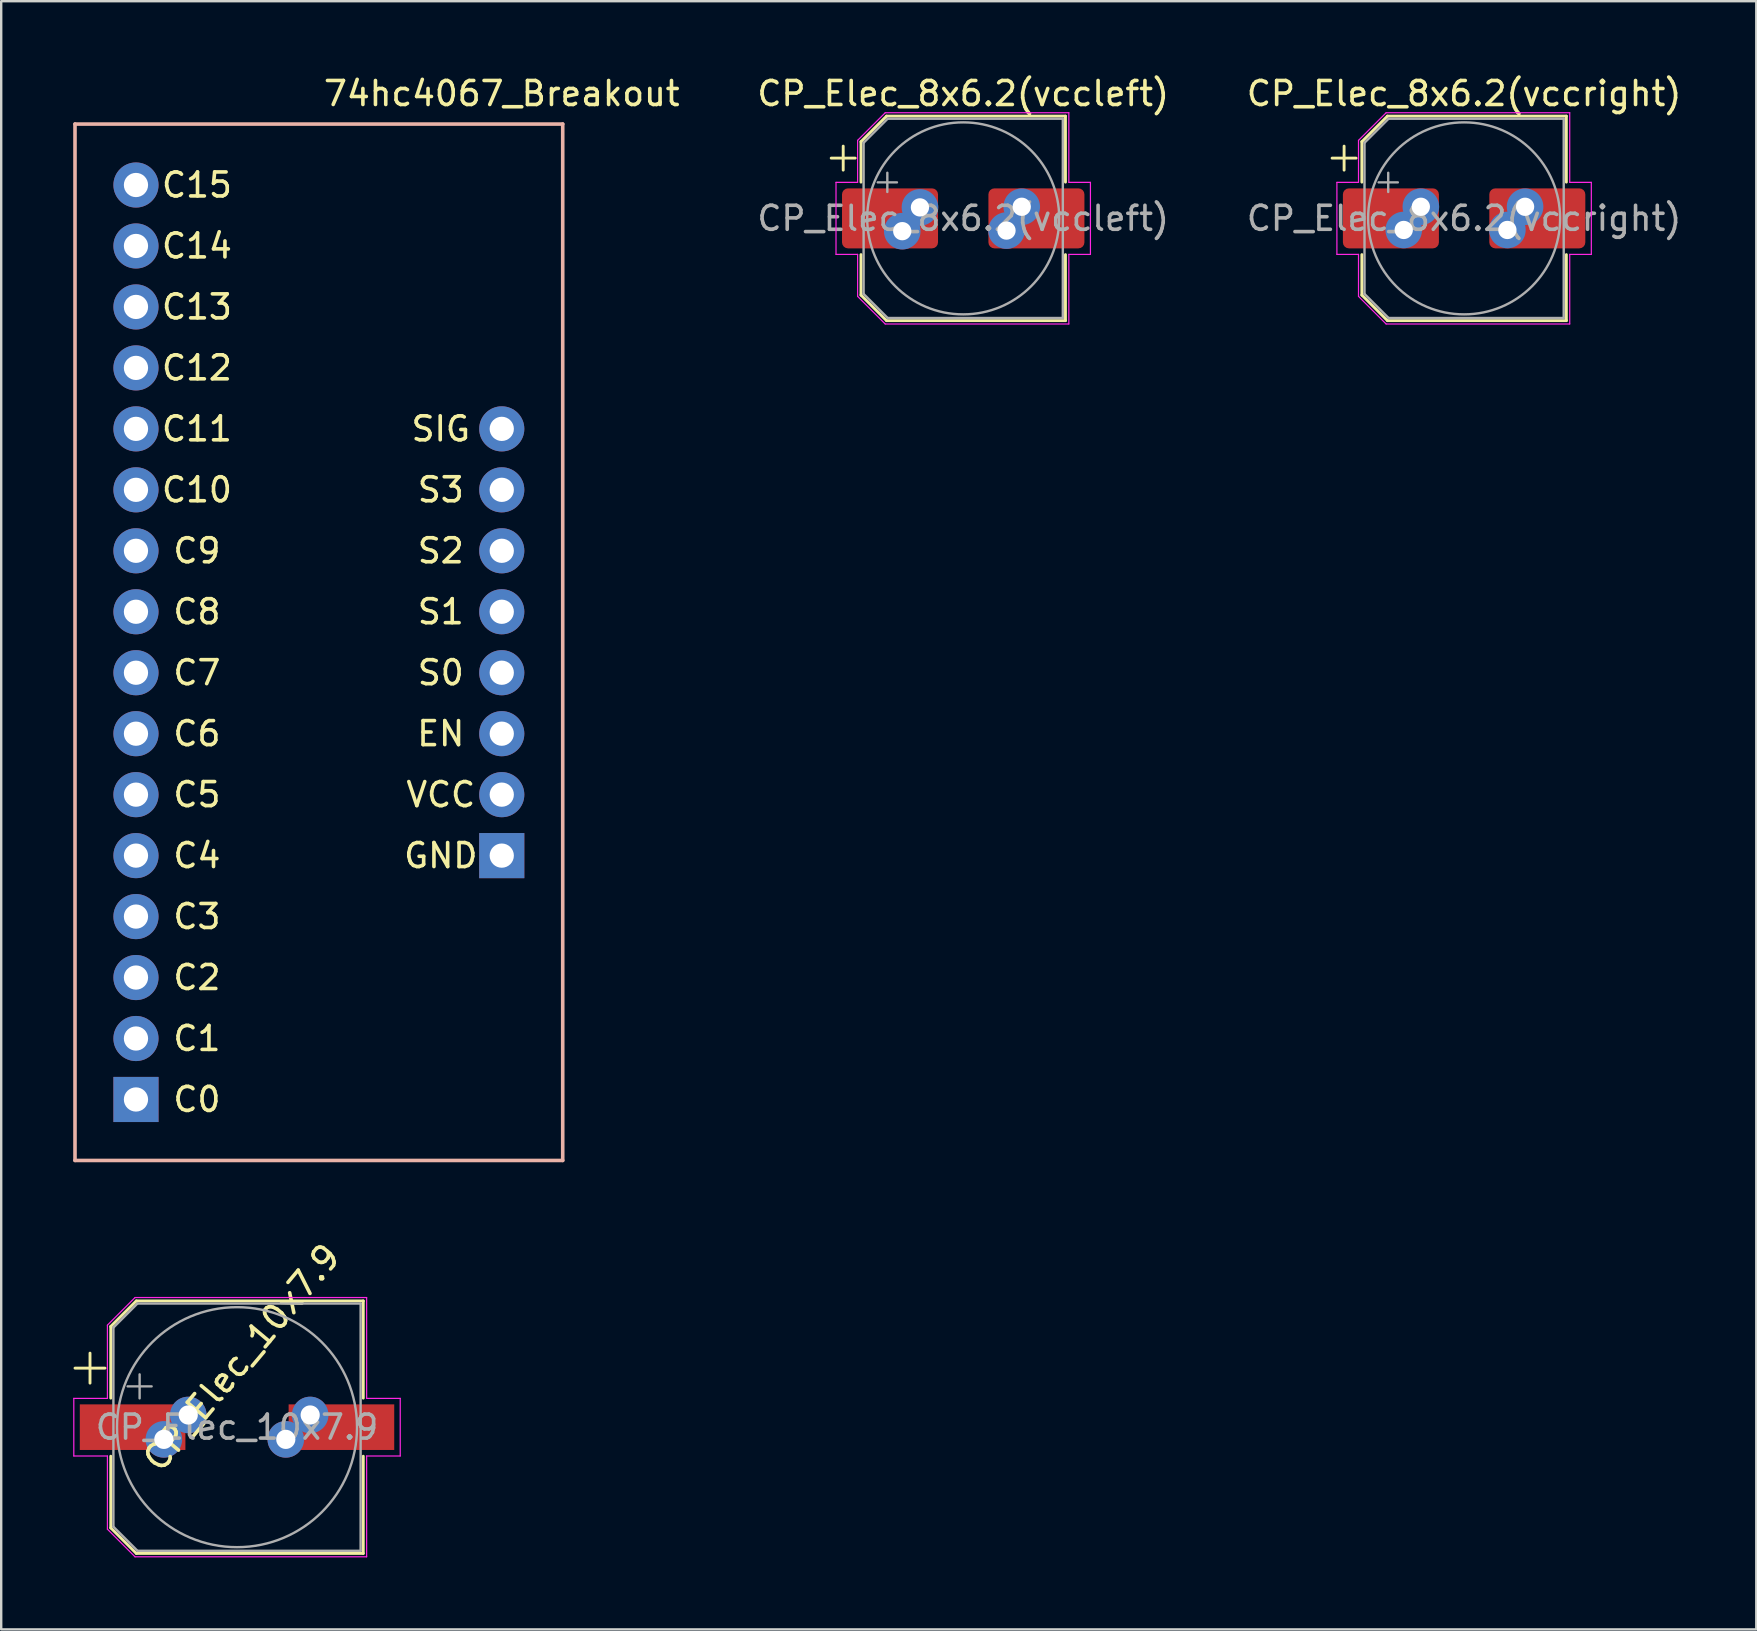
<source format=kicad_pcb>
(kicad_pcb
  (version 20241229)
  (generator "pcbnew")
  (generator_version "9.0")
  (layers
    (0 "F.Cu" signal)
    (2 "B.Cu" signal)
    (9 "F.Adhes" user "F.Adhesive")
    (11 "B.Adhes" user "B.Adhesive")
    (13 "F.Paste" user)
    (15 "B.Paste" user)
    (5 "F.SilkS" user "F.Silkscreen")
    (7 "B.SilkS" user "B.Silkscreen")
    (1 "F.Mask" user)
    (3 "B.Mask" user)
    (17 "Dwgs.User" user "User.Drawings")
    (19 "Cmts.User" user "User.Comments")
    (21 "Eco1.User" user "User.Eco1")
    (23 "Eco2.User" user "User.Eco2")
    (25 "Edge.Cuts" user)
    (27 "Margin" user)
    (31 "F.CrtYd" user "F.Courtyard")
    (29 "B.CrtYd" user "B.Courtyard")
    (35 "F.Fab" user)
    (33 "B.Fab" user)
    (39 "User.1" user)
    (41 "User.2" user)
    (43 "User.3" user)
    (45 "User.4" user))
  (footprint "CP_Elec_8x6.2(vccleft)"
    (layer "F.Cu")
    (at 37.081 6.048)
    (property "Reference" "CP_Elec_8x6.2(vccleft)" (at 0 -5.2 0) (layer "F.SilkS") (effects (font (size 1 1) (thickness 0.15))))
    (attr smd)
    (fp_line (start -5.5 -2.51) (end -4.5 -2.51) (stroke (width 0.12) (type solid)) (layer "F.SilkS"))
    (fp_line (start -5 -3.01) (end -5 -2.01) (stroke (width 0.12) (type solid)) (layer "F.SilkS"))
    (fp_line (start -4.26 -3.196) (end -4.26 -1.51) (stroke (width 0.12) (type solid)) (layer "F.SilkS"))
    (fp_line (start -4.26 -3.196) (end -3.196 -4.26) (stroke (width 0.12) (type solid)) (layer "F.SilkS"))
    (fp_line (start -4.26 3.196) (end -4.26 1.51) (stroke (width 0.12) (type solid)) (layer "F.SilkS"))
    (fp_line (start -4.26 3.196) (end -3.196 4.26) (stroke (width 0.12) (type solid)) (layer "F.SilkS"))
    (fp_line (start -3.196 -4.26) (end 4.26 -4.26) (stroke (width 0.12) (type solid)) (layer "F.SilkS"))
    (fp_line (start -3.196 4.26) (end 4.26 4.26) (stroke (width 0.12) (type solid)) (layer "F.SilkS"))
    (fp_line (start 4.26 -4.26) (end 4.26 -1.51) (stroke (width 0.12) (type solid)) (layer "F.SilkS"))
    (fp_line (start 4.26 4.26) (end 4.26 1.51) (stroke (width 0.12) (type solid)) (layer "F.SilkS"))
    (fp_line (start -5.3 -1.5) (end -5.3 1.5) (stroke (width 0.05) (type solid)) (layer "F.CrtYd"))
    (fp_line (start -5.3 1.5) (end -4.4 1.5) (stroke (width 0.05) (type solid)) (layer "F.CrtYd"))
    (fp_line (start -4.4 -3.25) (end -4.4 -1.5) (stroke (width 0.05) (type solid)) (layer "F.CrtYd"))
    (fp_line (start -4.4 -3.25) (end -3.25 -4.4) (stroke (width 0.05) (type solid)) (layer "F.CrtYd"))
    (fp_line (start -4.4 -1.5) (end -5.3 -1.5) (stroke (width 0.05) (type solid)) (layer "F.CrtYd"))
    (fp_line (start -4.4 1.5) (end -4.4 3.25) (stroke (width 0.05) (type solid)) (layer "F.CrtYd"))
    (fp_line (start -4.4 3.25) (end -3.25 4.4) (stroke (width 0.05) (type solid)) (layer "F.CrtYd"))
    (fp_line (start -3.25 -4.4) (end 4.4 -4.4) (stroke (width 0.05) (type solid)) (layer "F.CrtYd"))
    (fp_line (start -3.25 4.4) (end 4.4 4.4) (stroke (width 0.05) (type solid)) (layer "F.CrtYd"))
    (fp_line (start 4.4 -4.4) (end 4.4 -1.5) (stroke (width 0.05) (type solid)) (layer "F.CrtYd"))
    (fp_line (start 4.4 -1.5) (end 5.3 -1.5) (stroke (width 0.05) (type solid)) (layer "F.CrtYd"))
    (fp_line (start 4.4 1.5) (end 4.4 4.4) (stroke (width 0.05) (type solid)) (layer "F.CrtYd"))
    (fp_line (start 5.3 -1.5) (end 5.3 1.5) (stroke (width 0.05) (type solid)) (layer "F.CrtYd"))
    (fp_line (start 5.3 1.5) (end 4.4 1.5) (stroke (width 0.05) (type solid)) (layer "F.CrtYd"))
    (fp_line (start -4.15 -3.15) (end -4.15 3.15) (stroke (width 0.1) (type solid)) (layer "F.Fab"))
    (fp_line (start -4.15 -3.15) (end -3.15 -4.15) (stroke (width 0.1) (type solid)) (layer "F.Fab"))
    (fp_line (start -4.15 3.15) (end -3.15 4.15) (stroke (width 0.1) (type solid)) (layer "F.Fab"))
    (fp_line (start -3.562 -1.5) (end -2.762 -1.5) (stroke (width 0.1) (type solid)) (layer "F.Fab"))
    (fp_line (start -3.162 -1.9) (end -3.162 -1.1) (stroke (width 0.1) (type solid)) (layer "F.Fab"))
    (fp_line (start -3.15 -4.15) (end 4.15 -4.15) (stroke (width 0.1) (type solid)) (layer "F.Fab"))
    (fp_line (start -3.15 4.15) (end 4.15 4.15) (stroke (width 0.1) (type solid)) (layer "F.Fab"))
    (fp_line (start 4.15 -4.15) (end 4.15 4.15) (stroke (width 0.1) (type solid)) (layer "F.Fab"))
    (fp_circle (center 0 0) (end 4 0) (stroke (width 0.1) (type solid)) (fill no) (layer "F.Fab"))
    (fp_text user "${REFERENCE}" (at 0 0 0) (layer "F.Fab") (effects (font (size 1 1) (thickness 0.15))))
    (pad "1" smd roundrect (at -3.05 0) (size 4 2.5) (layers "F.Cu" "F.Mask" "F.Paste") (roundrect_rratio 0.1))
    (pad "1" thru_hole circle (at -2.54 0.533) (size 1.524 1.524) (drill 0.762) (layers "*.Cu" "*.Mask"))
    (pad "1" thru_hole circle (at -1.803 -0.457) (size 1.524 1.524) (drill 0.762) (layers "*.Cu" "*.Mask"))
    (pad "2" thru_hole circle (at 1.803 0.508) (size 1.524 1.524) (drill 0.762) (layers "*.Cu" "*.Mask"))
    (pad "2" thru_hole circle (at 2.438 -0.483) (size 1.524 1.524) (drill 0.762) (layers "*.Cu" "*.Mask"))
    (pad "2" smd roundrect (at 3.05 0) (size 4 2.5) (layers "F.Cu" "F.Mask" "F.Paste") (roundrect_rratio 0.1)))
  (footprint "CP_Elec_8x6.2(vccright)"
    (layer "F.Cu")
    (at 57.95 6.048)
    (property "Reference" "CP_Elec_8x6.2(vccright)" (at 0 -5.2 0) (layer "F.SilkS") (effects (font (size 1 1) (thickness 0.15))))
    (attr smd)
    (fp_line (start -5.5 -2.51) (end -4.5 -2.51) (stroke (width 0.12) (type solid)) (layer "F.SilkS"))
    (fp_line (start -5 -3.01) (end -5 -2.01) (stroke (width 0.12) (type solid)) (layer "F.SilkS"))
    (fp_line (start -4.26 -3.196) (end -4.26 -1.51) (stroke (width 0.12) (type solid)) (layer "F.SilkS"))
    (fp_line (start -4.26 -3.196) (end -3.196 -4.26) (stroke (width 0.12) (type solid)) (layer "F.SilkS"))
    (fp_line (start -4.26 3.196) (end -4.26 1.51) (stroke (width 0.12) (type solid)) (layer "F.SilkS"))
    (fp_line (start -4.26 3.196) (end -3.196 4.26) (stroke (width 0.12) (type solid)) (layer "F.SilkS"))
    (fp_line (start -3.196 -4.26) (end 4.26 -4.26) (stroke (width 0.12) (type solid)) (layer "F.SilkS"))
    (fp_line (start -3.196 4.26) (end 4.26 4.26) (stroke (width 0.12) (type solid)) (layer "F.SilkS"))
    (fp_line (start 4.26 -4.26) (end 4.26 -1.51) (stroke (width 0.12) (type solid)) (layer "F.SilkS"))
    (fp_line (start 4.26 4.26) (end 4.26 1.51) (stroke (width 0.12) (type solid)) (layer "F.SilkS"))
    (fp_line (start -5.3 -1.5) (end -5.3 1.5) (stroke (width 0.05) (type solid)) (layer "F.CrtYd"))
    (fp_line (start -5.3 1.5) (end -4.4 1.5) (stroke (width 0.05) (type solid)) (layer "F.CrtYd"))
    (fp_line (start -4.4 -3.25) (end -4.4 -1.5) (stroke (width 0.05) (type solid)) (layer "F.CrtYd"))
    (fp_line (start -4.4 -3.25) (end -3.25 -4.4) (stroke (width 0.05) (type solid)) (layer "F.CrtYd"))
    (fp_line (start -4.4 -1.5) (end -5.3 -1.5) (stroke (width 0.05) (type solid)) (layer "F.CrtYd"))
    (fp_line (start -4.4 1.5) (end -4.4 3.25) (stroke (width 0.05) (type solid)) (layer "F.CrtYd"))
    (fp_line (start -4.4 3.25) (end -3.25 4.4) (stroke (width 0.05) (type solid)) (layer "F.CrtYd"))
    (fp_line (start -3.25 -4.4) (end 4.4 -4.4) (stroke (width 0.05) (type solid)) (layer "F.CrtYd"))
    (fp_line (start -3.25 4.4) (end 4.4 4.4) (stroke (width 0.05) (type solid)) (layer "F.CrtYd"))
    (fp_line (start 4.4 -4.4) (end 4.4 -1.5) (stroke (width 0.05) (type solid)) (layer "F.CrtYd"))
    (fp_line (start 4.4 -1.5) (end 5.3 -1.5) (stroke (width 0.05) (type solid)) (layer "F.CrtYd"))
    (fp_line (start 4.4 1.5) (end 4.4 4.4) (stroke (width 0.05) (type solid)) (layer "F.CrtYd"))
    (fp_line (start 5.3 -1.5) (end 5.3 1.5) (stroke (width 0.05) (type solid)) (layer "F.CrtYd"))
    (fp_line (start 5.3 1.5) (end 4.4 1.5) (stroke (width 0.05) (type solid)) (layer "F.CrtYd"))
    (fp_line (start -4.15 -3.15) (end -4.15 3.15) (stroke (width 0.1) (type solid)) (layer "F.Fab"))
    (fp_line (start -4.15 -3.15) (end -3.15 -4.15) (stroke (width 0.1) (type solid)) (layer "F.Fab"))
    (fp_line (start -4.15 3.15) (end -3.15 4.15) (stroke (width 0.1) (type solid)) (layer "F.Fab"))
    (fp_line (start -3.562 -1.5) (end -2.762 -1.5) (stroke (width 0.1) (type solid)) (layer "F.Fab"))
    (fp_line (start -3.162 -1.9) (end -3.162 -1.1) (stroke (width 0.1) (type solid)) (layer "F.Fab"))
    (fp_line (start -3.15 -4.15) (end 4.15 -4.15) (stroke (width 0.1) (type solid)) (layer "F.Fab"))
    (fp_line (start -3.15 4.15) (end 4.15 4.15) (stroke (width 0.1) (type solid)) (layer "F.Fab"))
    (fp_line (start 4.15 -4.15) (end 4.15 4.15) (stroke (width 0.1) (type solid)) (layer "F.Fab"))
    (fp_circle (center 0 0) (end 4 0) (stroke (width 0.1) (type solid)) (fill no) (layer "F.Fab"))
    (fp_text user "${REFERENCE}" (at 0 0 0) (layer "F.Fab") (effects (font (size 1 1) (thickness 0.15))))
    (pad "1" smd roundrect (at -3.05 0) (size 4 2.5) (layers "F.Cu" "F.Mask" "F.Paste") (roundrect_rratio 0.1))
    (pad "1" thru_hole circle (at -2.515 0.483) (size 1.524 1.524) (drill 0.762) (layers "*.Cu" "*.Mask"))
    (pad "1" thru_hole circle (at -1.803 -0.483) (size 1.524 1.524) (drill 0.762) (layers "*.Cu" "*.Mask"))
    (pad "2" thru_hole circle (at 1.803 0.483) (size 1.524 1.524) (drill 0.762) (layers "*.Cu" "*.Mask"))
    (pad "2" thru_hole circle (at 2.54 -0.483) (size 1.524 1.524) (drill 0.762) (layers "*.Cu" "*.Mask"))
    (pad "2" smd roundrect (at 3.05 0) (size 4 2.5) (layers "F.Cu" "F.Mask" "F.Paste") (roundrect_rratio 0.1)))
  (footprint "CP_Elec_10x7.9"
    (layer "F.Cu")
    (at 6.825 56.411)
    (property "Reference" "CP_Elec_10x7.9" (at 0.198 -2.892 50) (layer "F.SilkS") (effects (font (size 1 1) (thickness 0.15))))
    (attr smd)
    (fp_line (start -6.75 -2.46) (end -5.5 -2.46) (stroke (width 0.12) (type solid)) (layer "F.SilkS"))
    (fp_line (start -6.125 -3.085) (end -6.125 -1.835) (stroke (width 0.12) (type solid)) (layer "F.SilkS"))
    (fp_line (start -5.26 -4.196) (end -5.26 -1.21) (stroke (width 0.12) (type solid)) (layer "F.SilkS"))
    (fp_line (start -5.26 -4.196) (end -4.196 -5.26) (stroke (width 0.12) (type solid)) (layer "F.SilkS"))
    (fp_line (start -5.26 4.196) (end -5.26 1.21) (stroke (width 0.12) (type solid)) (layer "F.SilkS"))
    (fp_line (start -5.26 4.196) (end -4.196 5.26) (stroke (width 0.12) (type solid)) (layer "F.SilkS"))
    (fp_line (start -4.196 -5.26) (end 5.26 -5.26) (stroke (width 0.12) (type solid)) (layer "F.SilkS"))
    (fp_line (start -4.196 5.26) (end 5.26 5.26) (stroke (width 0.12) (type solid)) (layer "F.SilkS"))
    (fp_line (start 5.26 -5.26) (end 5.26 -1.21) (stroke (width 0.12) (type solid)) (layer "F.SilkS"))
    (fp_line (start 5.26 5.26) (end 5.26 1.21) (stroke (width 0.12) (type solid)) (layer "F.SilkS"))
    (fp_line (start -6.8 1.2) (end -5.4 1.2) (stroke (width 0.05) (type solid)) (layer "F.CrtYd"))
    (fp_line (start -6.8 -1.2) (end -6.8 1.2) (stroke (width 0.05) (type solid)) (layer "F.CrtYd"))
    (fp_line (start -5.4 -4.25) (end -5.4 -1.2) (stroke (width 0.05) (type solid)) (layer "F.CrtYd"))
    (fp_line (start -5.4 -4.25) (end -4.25 -5.4) (stroke (width 0.05) (type solid)) (layer "F.CrtYd"))
    (fp_line (start -5.4 -1.2) (end -6.8 -1.2) (stroke (width 0.05) (type solid)) (layer "F.CrtYd"))
    (fp_line (start -5.4 1.2) (end -5.4 4.25) (stroke (width 0.05) (type solid)) (layer "F.CrtYd"))
    (fp_line (start -5.4 4.25) (end -4.25 5.4) (stroke (width 0.05) (type solid)) (layer "F.CrtYd"))
    (fp_line (start -4.25 -5.4) (end 5.4 -5.4) (stroke (width 0.05) (type solid)) (layer "F.CrtYd"))
    (fp_line (start -4.25 5.4) (end 5.4 5.4) (stroke (width 0.05) (type solid)) (layer "F.CrtYd"))
    (fp_line (start 5.4 -5.4) (end 5.4 -1.2) (stroke (width 0.05) (type solid)) (layer "F.CrtYd"))
    (fp_line (start 5.4 -1.2) (end 6.8 -1.2) (stroke (width 0.05) (type solid)) (layer "F.CrtYd"))
    (fp_line (start 5.4 1.2) (end 5.4 5.4) (stroke (width 0.05) (type solid)) (layer "F.CrtYd"))
    (fp_line (start 6.8 1.2) (end 5.4 1.2) (stroke (width 0.05) (type solid)) (layer "F.CrtYd"))
    (fp_line (start 6.8 -1.2) (end 6.8 1.2) (stroke (width 0.05) (type solid)) (layer "F.CrtYd"))
    (fp_line (start -5.15 -4.15) (end -5.15 4.15) (stroke (width 0.1) (type solid)) (layer "F.Fab"))
    (fp_line (start -5.15 -4.15) (end -4.15 -5.15) (stroke (width 0.1) (type solid)) (layer "F.Fab"))
    (fp_line (start -5.15 4.15) (end -4.15 5.15) (stroke (width 0.1) (type solid)) (layer "F.Fab"))
    (fp_line (start -4.558 -1.7) (end -3.558 -1.7) (stroke (width 0.1) (type solid)) (layer "F.Fab"))
    (fp_line (start -4.15 -5.15) (end 5.15 -5.15) (stroke (width 0.1) (type solid)) (layer "F.Fab"))
    (fp_line (start -4.15 5.15) (end 5.15 5.15) (stroke (width 0.1) (type solid)) (layer "F.Fab"))
    (fp_line (start -4.058 -2.2) (end -4.058 -1.2) (stroke (width 0.1) (type solid)) (layer "F.Fab"))
    (fp_line (start 5.15 -5.15) (end 5.15 5.15) (stroke (width 0.1) (type solid)) (layer "F.Fab"))
    (fp_circle (center 0 0) (end 5 0) (stroke (width 0.1) (type solid)) (fill no) (layer "F.Fab"))
    (fp_text user "${REFERENCE}" (at 0 0 0) (layer "F.Fab") (effects (font (size 1 1) (thickness 0.15))))
    (pad "1" smd rect (at -4.35 0) (size 4.4 1.9) (layers "F.Cu" "F.Mask" "F.Paste"))
    (pad "1" thru_hole circle (at -3.048 0.508) (size 1.524 1.524) (drill 0.8) (layers "*.Cu" "*.Mask"))
    (pad "1" thru_hole circle (at -2.032 -0.508) (size 1.524 1.524) (drill 0.8) (layers "*.Cu" "*.Mask"))
    (pad "2" thru_hole circle (at 2.032 0.508) (size 1.524 1.524) (drill 0.8) (layers "*.Cu" "*.Mask"))
    (pad "2" thru_hole circle (at 3.048 -0.508) (size 1.524 1.524) (drill 0.8) (layers "*.Cu" "*.Mask"))
    (pad "2" smd rect (at 4.35 0) (size 4.4 1.9) (layers "F.Cu" "F.Mask" "F.Paste")))
  (footprint "74hc4067_Breakout"
    (layer "F.Cu")
    (at 10.235 23.708)
    (property "Reference" "74hc4067_Breakout" (at 7.62 -22.86 0) (layer "F.SilkS") (effects (font (size 1 1) (thickness 0.15))))
    (attr through_hole)
    (fp_line (start -10.16 -21.59) (end 10.16 -21.59) (stroke (width 0.15) (type solid)) (layer "B.SilkS"))
    (fp_line (start -10.16 21.59) (end -10.16 -21.59) (stroke (width 0.15) (type solid)) (layer "B.SilkS"))
    (fp_line (start 10.16 -21.59) (end 10.16 21.59) (stroke (width 0.15) (type solid)) (layer "B.SilkS"))
    (fp_line (start 10.16 21.59) (end -10.16 21.59) (stroke (width 0.15) (type solid)) (layer "B.SilkS"))
    (fp_text user "C10" (at -5.08 -6.35 0) (layer "F.SilkS") (effects (font (size 1 1) (thickness 0.15))))
    (fp_text user "C11" (at -5.08 -8.89 0) (layer "F.SilkS") (effects (font (size 1 1) (thickness 0.15))))
    (fp_text user "C4" (at -5.08 8.89 0) (layer "F.SilkS") (effects (font (size 1 1) (thickness 0.15))))
    (fp_text user "S1" (at 5.08 -1.27 0) (layer "F.SilkS") (effects (font (size 1 1) (thickness 0.15))))
    (fp_text user "C13" (at -5.08 -13.97 0) (layer "F.SilkS") (effects (font (size 1 1) (thickness 0.15))))
    (fp_text user "S0" (at 5.08 1.27 0) (layer "F.SilkS") (effects (font (size 1 1) (thickness 0.15))))
    (fp_text user "EN" (at 5.08 3.81 0) (layer "F.SilkS") (effects (font (size 1 1) (thickness 0.15))))
    (fp_text user "C9" (at -5.08 -3.81 0) (layer "F.SilkS") (effects (font (size 1 1) (thickness 0.15))))
    (fp_text user "S3" (at 5.08 -6.35 0) (layer "F.SilkS") (effects (font (size 1 1) (thickness 0.15))))
    (fp_text user "C1" (at -5.08 16.51 0) (layer "F.SilkS") (effects (font (size 1 1) (thickness 0.15))))
    (fp_text user "C2" (at -5.08 13.97 0) (layer "F.SilkS") (effects (font (size 1 1) (thickness 0.15))))
    (fp_text user "C12" (at -5.08 -11.43 0) (layer "F.SilkS") (effects (font (size 1 1) (thickness 0.15))))
    (fp_text user "SIG" (at 5.08 -8.89 0) (layer "F.SilkS") (effects (font (size 1 1) (thickness 0.15))))
    (fp_text user "VCC" (at 5.08 6.35 0) (layer "F.SilkS") (effects (font (size 1 1) (thickness 0.15))))
    (fp_text user "C15" (at -5.08 -19.05 0) (layer "F.SilkS") (effects (font (size 1 1) (thickness 0.15))))
    (fp_text user "C14" (at -5.08 -16.51 0) (layer "F.SilkS") (effects (font (size 1 1) (thickness 0.15))))
    (fp_text user "C3" (at -5.08 11.43 0) (layer "F.SilkS") (effects (font (size 1 1) (thickness 0.15))))
    (fp_text user "C8" (at -5.08 -1.27 0) (layer "F.SilkS") (effects (font (size 1 1) (thickness 0.15))))
    (fp_text user "C7" (at -5.08 1.27 0) (layer "F.SilkS") (effects (font (size 1 1) (thickness 0.15))))
    (fp_text user "C5" (at -5.08 6.35 0) (layer "F.SilkS") (effects (font (size 1 1) (thickness 0.15))))
    (fp_text user "S2" (at 5.08 -3.81 0) (layer "F.SilkS") (effects (font (size 1 1) (thickness 0.15))))
    (fp_text user "GND" (at 5.08 8.89 0) (layer "F.SilkS") (effects (font (size 1 1) (thickness 0.15))))
    (fp_text user "C6" (at -5.08 3.81 0) (layer "F.SilkS") (effects (font (size 1 1) (thickness 0.15))))
    (fp_text user "C0" (at -5.08 19.05 0) (layer "F.SilkS") (effects (font (size 1 1) (thickness 0.15))))
    (pad "1" thru_hole circle (at 7.62 -8.89 180) (size 1.88 1.88) (drill 1.01) (layers "*.Cu" "*.Mask"))
    (pad "2" thru_hole circle (at -7.62 1.27 180) (size 1.88 1.88) (drill 1.01) (layers "*.Cu" "*.Mask"))
    (pad "3" thru_hole circle (at -7.62 3.81 180) (size 1.88 1.88) (drill 1.01) (layers "*.Cu" "*.Mask"))
    (pad "4" thru_hole circle (at -7.62 6.35 180) (size 1.88 1.88) (drill 1.01) (layers "*.Cu" "*.Mask"))
    (pad "5" thru_hole circle (at -7.62 8.89 180) (size 1.88 1.88) (drill 1.01) (layers "*.Cu" "*.Mask"))
    (pad "6" thru_hole circle (at -7.62 11.43 180) (size 1.88 1.88) (drill 1.01) (layers "*.Cu" "*.Mask"))
    (pad "7" thru_hole circle (at -7.62 13.97 180) (size 1.88 1.88) (drill 1.01) (layers "*.Cu" "*.Mask"))
    (pad "8" thru_hole circle (at -7.62 16.51 180) (size 1.88 1.88) (drill 1.01) (layers "*.Cu" "*.Mask"))
    (pad "9" thru_hole rect (at -7.62 19.05 180) (size 1.88 1.88) (drill 1.01) (layers "*.Cu" "*.Mask"))
    (pad "10" thru_hole circle (at 7.62 1.27 180) (size 1.88 1.88) (drill 1.01) (layers "*.Cu" "*.Mask"))
    (pad "11" thru_hole circle (at 7.62 -1.27 180) (size 1.88 1.88) (drill 1.01) (layers "*.Cu" "*.Mask"))
    (pad "12" thru_hole rect (at 7.62 8.89 180) (size 1.88 1.88) (drill 1.01) (layers "*.Cu" "*.Mask"))
    (pad "13" thru_hole circle (at 7.62 -6.35 180) (size 1.88 1.88) (drill 1.01) (layers "*.Cu" "*.Mask"))
    (pad "14" thru_hole circle (at 7.62 -3.81 180) (size 1.88 1.88) (drill 1.01) (layers "*.Cu" "*.Mask"))
    (pad "15" thru_hole circle (at 7.62 3.81 180) (size 1.88 1.88) (drill 1.01) (layers "*.Cu" "*.Mask"))
    (pad "16" thru_hole circle (at -7.62 -19.05 180) (size 1.88 1.88) (drill 1.01) (layers "*.Cu" "*.Mask"))
    (pad "17" thru_hole circle (at -7.62 -16.51 180) (size 1.88 1.88) (drill 1.01) (layers "*.Cu" "*.Mask"))
    (pad "18" thru_hole circle (at -7.62 -13.97 180) (size 1.88 1.88) (drill 1.01) (layers "*.Cu" "*.Mask"))
    (pad "19" thru_hole circle (at -7.62 -11.43 180) (size 1.88 1.88) (drill 1.01) (layers "*.Cu" "*.Mask"))
    (pad "20" thru_hole circle (at -7.62 -8.89 180) (size 1.88 1.88) (drill 1.01) (layers "*.Cu" "*.Mask"))
    (pad "21" thru_hole circle (at -7.62 -6.35 180) (size 1.88 1.88) (drill 1.01) (layers "*.Cu" "*.Mask"))
    (pad "22" thru_hole circle (at -7.62 -3.81 180) (size 1.88 1.88) (drill 1.01) (layers "*.Cu" "*.Mask"))
    (pad "23" thru_hole circle (at -7.62 -1.27 180) (size 1.88 1.88) (drill 1.01) (layers "*.Cu" "*.Mask"))
    (pad "24" thru_hole circle (at 7.62 6.35 180) (size 1.88 1.88) (drill 1.01) (layers "*.Cu" "*.Mask")))
  (gr_rect
    (start -3 -3)
    (end 70.123 64.836)
    (stroke (width 0.1) (type default))
    (fill no)
    (layer "Edge.Cuts")))
</source>
